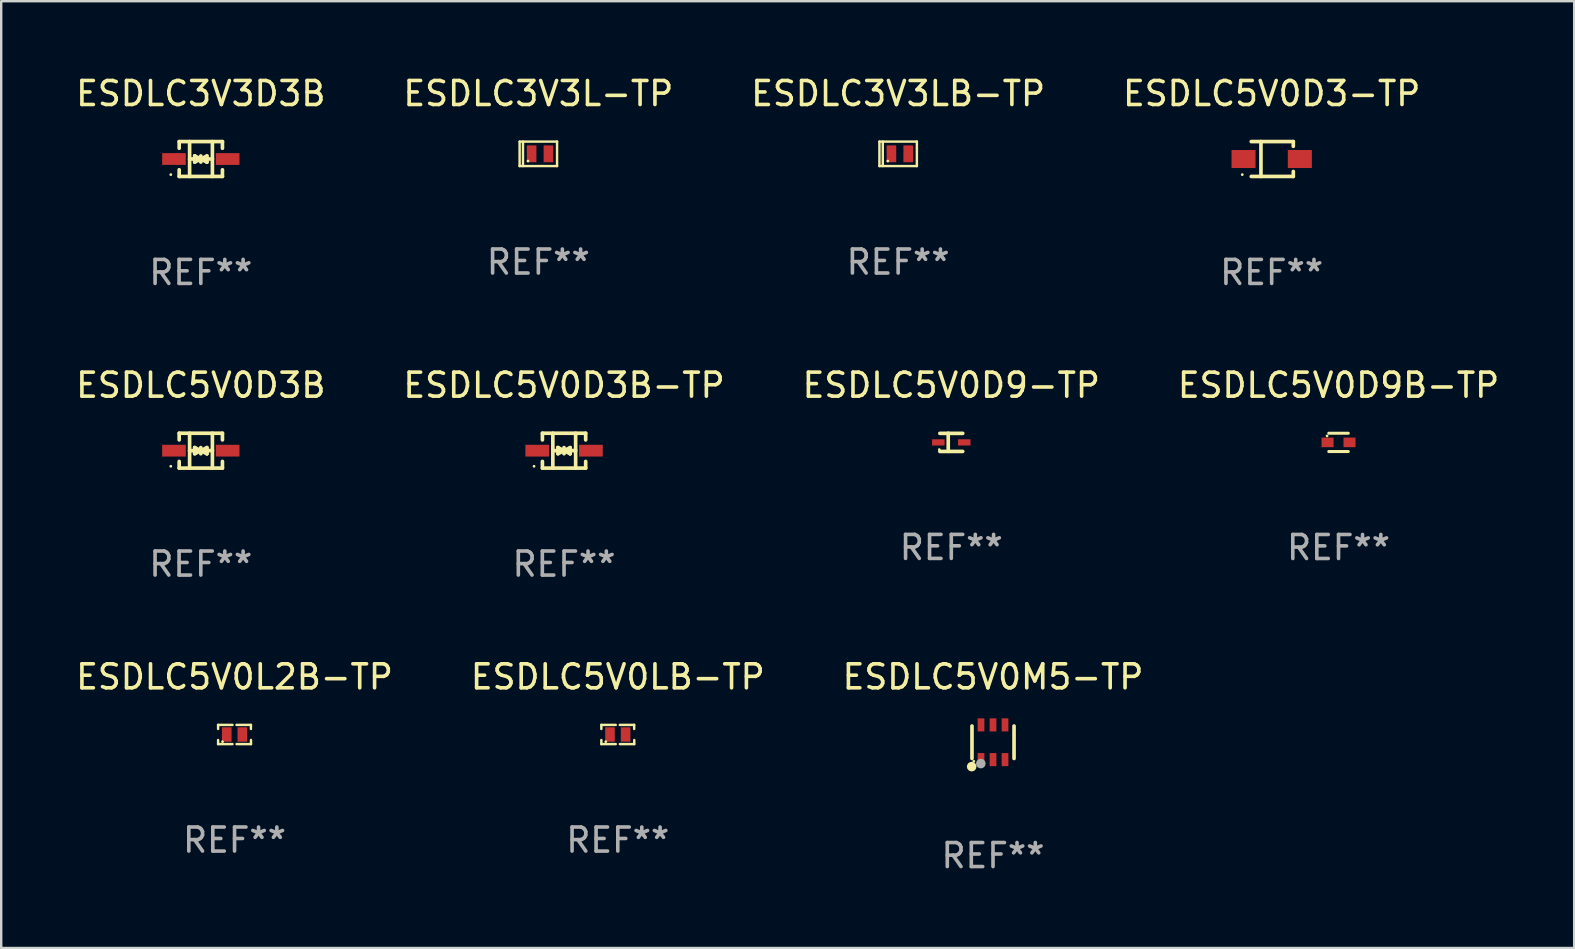
<source format=kicad_pcb>
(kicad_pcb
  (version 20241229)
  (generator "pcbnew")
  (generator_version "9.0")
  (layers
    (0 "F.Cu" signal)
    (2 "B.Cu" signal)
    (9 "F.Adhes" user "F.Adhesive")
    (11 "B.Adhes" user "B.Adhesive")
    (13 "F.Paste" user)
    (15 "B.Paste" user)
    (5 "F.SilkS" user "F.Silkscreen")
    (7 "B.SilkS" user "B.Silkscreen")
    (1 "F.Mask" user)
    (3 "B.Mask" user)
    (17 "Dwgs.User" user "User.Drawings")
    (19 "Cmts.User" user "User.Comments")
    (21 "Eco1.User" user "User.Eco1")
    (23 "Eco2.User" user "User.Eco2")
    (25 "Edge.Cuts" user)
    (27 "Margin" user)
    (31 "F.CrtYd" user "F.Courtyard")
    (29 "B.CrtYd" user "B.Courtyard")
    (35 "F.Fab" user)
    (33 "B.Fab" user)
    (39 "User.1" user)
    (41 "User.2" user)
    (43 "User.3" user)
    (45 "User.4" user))
  (footprint "ESDLC5V0D9B-TP"
    (layer "F.Cu")
    (at 52.708 15.378)
    (property "Reference" "ESDLC5V0D9B-TP" (at 0 -2.381 0) (layer "F.SilkS") (effects (font (size 1 1) (thickness 0.15))))
    (attr through_hole)
    (fp_line (start -0.406 -0.381) (end 0.406 -0.381) (stroke (width 0.127) (type solid)) (layer "F.SilkS"))
    (fp_line (start 0.406 0.381) (end -0.406 0.381) (stroke (width 0.127) (type solid)) (layer "F.SilkS"))
    (fp_circle (center -0.477 -0.27) (end -0.447 -0.27) (stroke (width 0.06) (type solid)) (fill no) (layer "F.SilkS"))
    (fp_text user "REF**" (at 0 4.381 0) (layer "F.Fab") (effects (font (size 1 1) (thickness 0.15))))
    (pad "1" smd rect (at -0.457 0 90) (size 0.4 0.5) (layers "F.Cu" "F.Mask" "F.Paste"))
    (pad "2" smd rect (at 0.457 0 90) (size 0.4 0.5) (layers "F.Cu" "F.Mask" "F.Paste")))
  (footprint "ESDLC3V3L-TP"
    (layer "F.Cu")
    (at 19.375 3.358)
    (property "Reference" "ESDLC3V3L-TP" (at 0 -2.51 0) (layer "F.SilkS") (effects (font (size 1 1) (thickness 0.15))))
    (attr through_hole)
    (fp_line (start -0.78 -0.51) (end -0.78 0.51) (stroke (width 0.102) (type solid)) (layer "F.SilkS"))
    (fp_line (start -0.78 -0.51) (end 0.78 -0.51) (stroke (width 0.102) (type solid)) (layer "F.SilkS"))
    (fp_line (start -0.78 0.51) (end 0.78 0.51) (stroke (width 0.102) (type solid)) (layer "F.SilkS"))
    (fp_line (start -0.64 -0.51) (end -0.64 0.51) (stroke (width 0.102) (type solid)) (layer "F.SilkS"))
    (fp_line (start 0.78 -0.51) (end 0.78 0.51) (stroke (width 0.102) (type solid)) (layer "F.SilkS"))
    (fp_circle (center -0.43 0.3) (end -0.4 0.3) (stroke (width 0.06) (type solid)) (fill no) (layer "F.SilkS"))
    (fp_text user "REF**" (at 0 4.51 0) (layer "F.Fab") (effects (font (size 1 1) (thickness 0.15))))
    (pad "1" smd rect (at -0.28 0) (size 0.4 0.7) (layers "F.Cu" "F.Mask" "F.Paste"))
    (pad "2" smd rect (at 0.42 0) (size 0.4 0.7) (layers "F.Cu" "F.Mask" "F.Paste")))
  (footprint "ESDLC5V0LB-TP"
    (layer "F.Cu")
    (at 22.685 27.546)
    (property "Reference" "ESDLC5V0LB-TP" (at 0 -2.4 0) (layer "F.SilkS") (effects (font (size 1 1) (thickness 0.15))))
    (attr through_hole)
    (fp_line (start -0.685 -0.4) (end -0.685 -0.23) (stroke (width 0.102) (type solid)) (layer "F.SilkS"))
    (fp_line (start -0.685 0.4) (end -0.685 0.23) (stroke (width 0.102) (type solid)) (layer "F.SilkS"))
    (fp_line (start -0.085 -0.4) (end -0.685 -0.4) (stroke (width 0.102) (type solid)) (layer "F.SilkS"))
    (fp_line (start -0.085 0.4) (end -0.685 0.4) (stroke (width 0.102) (type solid)) (layer "F.SilkS"))
    (fp_line (start 0.082 -0.4) (end 0.682 -0.4) (stroke (width 0.102) (type solid)) (layer "F.SilkS"))
    (fp_line (start 0.085 0.4) (end 0.685 0.4) (stroke (width 0.102) (type solid)) (layer "F.SilkS"))
    (fp_line (start 0.682 -0.4) (end 0.682 -0.23) (stroke (width 0.102) (type solid)) (layer "F.SilkS"))
    (fp_line (start 0.685 0.4) (end 0.685 0.23) (stroke (width 0.102) (type solid)) (layer "F.SilkS"))
    (fp_circle (center -0.5 0.3) (end -0.47 0.3) (stroke (width 0.06) (type solid)) (fill no) (layer "F.SilkS"))
    (fp_text user "REF**" (at 0 4.4 0) (layer "F.Fab") (effects (font (size 1 1) (thickness 0.15))))
    (pad "1" smd rect (at -0.325 0) (size 0.4 0.6) (layers "F.Cu" "F.Mask" "F.Paste"))
    (pad "2" smd rect (at 0.325 0) (size 0.4 0.6) (layers "F.Cu" "F.Mask" "F.Paste")))
  (footprint "ESDLC5V0L2B-TP"
    (layer "F.Cu")
    (at 6.72 27.546)
    (property "Reference" "ESDLC5V0L2B-TP" (at 0 -2.4 0) (layer "F.SilkS") (effects (font (size 1 1) (thickness 0.15))))
    (attr through_hole)
    (fp_line (start -0.685 -0.4) (end -0.685 -0.23) (stroke (width 0.102) (type solid)) (layer "F.SilkS"))
    (fp_line (start -0.685 0.4) (end -0.685 0.23) (stroke (width 0.102) (type solid)) (layer "F.SilkS"))
    (fp_line (start -0.085 -0.4) (end -0.685 -0.4) (stroke (width 0.102) (type solid)) (layer "F.SilkS"))
    (fp_line (start -0.085 0.4) (end -0.685 0.4) (stroke (width 0.102) (type solid)) (layer "F.SilkS"))
    (fp_line (start 0.082 -0.4) (end 0.682 -0.4) (stroke (width 0.102) (type solid)) (layer "F.SilkS"))
    (fp_line (start 0.085 0.4) (end 0.685 0.4) (stroke (width 0.102) (type solid)) (layer "F.SilkS"))
    (fp_line (start 0.682 -0.4) (end 0.682 -0.23) (stroke (width 0.102) (type solid)) (layer "F.SilkS"))
    (fp_line (start 0.685 0.4) (end 0.685 0.23) (stroke (width 0.102) (type solid)) (layer "F.SilkS"))
    (fp_circle (center -0.5 0.3) (end -0.47 0.3) (stroke (width 0.06) (type solid)) (fill no) (layer "F.SilkS"))
    (fp_text user "REF**" (at 0 4.4 0) (layer "F.Fab") (effects (font (size 1 1) (thickness 0.15))))
    (pad "1" smd rect (at -0.325 0) (size 0.4 0.6) (layers "F.Cu" "F.Mask" "F.Paste"))
    (pad "2" smd rect (at 0.325 0) (size 0.4 0.6) (layers "F.Cu" "F.Mask" "F.Paste")))
  (footprint "ESDLC5V0D3B-TP"
    (layer "F.Cu")
    (at 20.446 15.723)
    (property "Reference" "ESDLC5V0D3B-TP" (at 0 -2.726 0) (layer "F.SilkS") (effects (font (size 1 1) (thickness 0.15))))
    (attr through_hole)
    (fp_line (start -0.901 -0.726) (end -0.901 -0.448) (stroke (width 0.152) (type solid)) (layer "F.SilkS"))
    (fp_line (start -0.901 0.726) (end -0.901 0.448) (stroke (width 0.152) (type solid)) (layer "F.SilkS"))
    (fp_line (start -0.467 0) (end 0.483 -0.003) (stroke (width 0.154) (type solid)) (layer "F.SilkS"))
    (fp_line (start -0.467 0.726) (end -0.467 -0.726) (stroke (width 0.152) (type solid)) (layer "F.SilkS"))
    (fp_line (start -0.254 -0.127) (end -0.254 -0.127) (stroke (width 0.154) (type solid)) (layer "F.SilkS"))
    (fp_line (start -0.254 -0.127) (end -0.002 -0.003) (stroke (width 0.154) (type solid)) (layer "F.SilkS"))
    (fp_line (start -0.254 0.127) (end -0.254 -0.127) (stroke (width 0.154) (type solid)) (layer "F.SilkS"))
    (fp_line (start -0.127 0) (end 0.003 0) (stroke (width 0.154) (type solid)) (layer "F.SilkS"))
    (fp_line (start -0.003 0) (end -0.254 0.127) (stroke (width 0.154) (type solid)) (layer "F.SilkS"))
    (fp_line (start 0 -0.127) (end 0 0.127) (stroke (width 0.154) (type solid)) (layer "F.SilkS"))
    (fp_line (start 0.003 0) (end 0.254 -0.127) (stroke (width 0.154) (type solid)) (layer "F.SilkS"))
    (fp_line (start 0.127 0) (end -0.003 0) (stroke (width 0.154) (type solid)) (layer "F.SilkS"))
    (fp_line (start 0.254 -0.127) (end 0.254 0.127) (stroke (width 0.154) (type solid)) (layer "F.SilkS"))
    (fp_line (start 0.254 0.127) (end 0.002 0.003) (stroke (width 0.154) (type solid)) (layer "F.SilkS"))
    (fp_line (start 0.254 0.127) (end 0.254 0.127) (stroke (width 0.154) (type solid)) (layer "F.SilkS"))
    (fp_line (start 0.483 0.726) (end 0.483 -0.726) (stroke (width 0.152) (type solid)) (layer "F.SilkS"))
    (fp_line (start 0.901 -0.726) (end -0.901 -0.726) (stroke (width 0.152) (type solid)) (layer "F.SilkS"))
    (fp_line (start 0.901 -0.726) (end 0.901 -0.448) (stroke (width 0.152) (type solid)) (layer "F.SilkS"))
    (fp_line (start 0.901 0.726) (end -0.901 0.726) (stroke (width 0.152) (type solid)) (layer "F.SilkS"))
    (fp_line (start 0.901 0.726) (end 0.901 0.448) (stroke (width 0.152) (type solid)) (layer "F.SilkS"))
    (fp_circle (center -1.25 0.65) (end -1.22 0.65) (stroke (width 0.06) (type solid)) (fill no) (layer "F.SilkS"))
    (fp_text user "REF**" (at 0 4.726 0) (layer "F.Fab") (effects (font (size 1 1) (thickness 0.15))))
    (pad "1" smd rect (at -1.118 0) (size 0.985 0.49) (layers "F.Cu" "F.Mask" "F.Paste"))
    (pad "2" smd rect (at 1.118 0) (size 0.985 0.49) (layers "F.Cu" "F.Mask" "F.Paste")))
  (footprint "ESDLC5V0D3-TP"
    (layer "F.Cu")
    (at 49.923 3.574)
    (property "Reference" "ESDLC5V0D3-TP" (at 0 -2.726 0) (layer "F.SilkS") (effects (font (size 1 1) (thickness 0.15))))
    (attr through_hole)
    (fp_line (start -0.851 -0.726) (end 0.901 -0.726) (stroke (width 0.152) (type solid)) (layer "F.SilkS"))
    (fp_line (start -0.851 0.726) (end 0.901 0.726) (stroke (width 0.152) (type solid)) (layer "F.SilkS"))
    (fp_line (start -0.447 -0.726) (end -0.447 0.726) (stroke (width 0.152) (type solid)) (layer "F.SilkS"))
    (fp_line (start 0.901 -0.726) (end 0.901 -0.53) (stroke (width 0.152) (type solid)) (layer "F.SilkS"))
    (fp_line (start 0.901 0.726) (end 0.901 0.52) (stroke (width 0.152) (type solid)) (layer "F.SilkS"))
    (fp_circle (center -1.225 0.65) (end -1.195 0.65) (stroke (width 0.06) (type solid)) (fill no) (layer "F.SilkS"))
    (fp_text user "REF**" (at 0 4.726 0) (layer "F.Fab") (effects (font (size 1 1) (thickness 0.15))))
    (pad "1" smd rect (at -1.173 0) (size 1 0.75) (layers "F.Cu" "F.Mask" "F.Paste"))
    (pad "2" smd rect (at 1.173 0) (size 1 0.75) (layers "F.Cu" "F.Mask" "F.Paste")))
  (footprint "ESDLC5V0D3B"
    (layer "F.Cu")
    (at 5.315 15.723)
    (property "Reference" "ESDLC5V0D3B" (at 0 -2.726 0) (layer "F.SilkS") (effects (font (size 1 1) (thickness 0.15))))
    (attr through_hole)
    (fp_line (start -0.901 -0.726) (end -0.901 -0.448) (stroke (width 0.152) (type solid)) (layer "F.SilkS"))
    (fp_line (start -0.901 0.726) (end -0.901 0.448) (stroke (width 0.152) (type solid)) (layer "F.SilkS"))
    (fp_line (start -0.467 0) (end 0.483 -0.003) (stroke (width 0.154) (type solid)) (layer "F.SilkS"))
    (fp_line (start -0.467 0.726) (end -0.467 -0.726) (stroke (width 0.152) (type solid)) (layer "F.SilkS"))
    (fp_line (start -0.254 -0.127) (end -0.254 -0.127) (stroke (width 0.154) (type solid)) (layer "F.SilkS"))
    (fp_line (start -0.254 -0.127) (end -0.002 -0.003) (stroke (width 0.154) (type solid)) (layer "F.SilkS"))
    (fp_line (start -0.254 0.127) (end -0.254 -0.127) (stroke (width 0.154) (type solid)) (layer "F.SilkS"))
    (fp_line (start -0.127 0) (end 0.003 0) (stroke (width 0.154) (type solid)) (layer "F.SilkS"))
    (fp_line (start -0.003 0) (end -0.254 0.127) (stroke (width 0.154) (type solid)) (layer "F.SilkS"))
    (fp_line (start 0 -0.127) (end 0 0.127) (stroke (width 0.154) (type solid)) (layer "F.SilkS"))
    (fp_line (start 0.003 0) (end 0.254 -0.127) (stroke (width 0.154) (type solid)) (layer "F.SilkS"))
    (fp_line (start 0.127 0) (end -0.003 0) (stroke (width 0.154) (type solid)) (layer "F.SilkS"))
    (fp_line (start 0.254 -0.127) (end 0.254 0.127) (stroke (width 0.154) (type solid)) (layer "F.SilkS"))
    (fp_line (start 0.254 0.127) (end 0.002 0.003) (stroke (width 0.154) (type solid)) (layer "F.SilkS"))
    (fp_line (start 0.254 0.127) (end 0.254 0.127) (stroke (width 0.154) (type solid)) (layer "F.SilkS"))
    (fp_line (start 0.483 0.726) (end 0.483 -0.726) (stroke (width 0.152) (type solid)) (layer "F.SilkS"))
    (fp_line (start 0.901 -0.726) (end -0.901 -0.726) (stroke (width 0.152) (type solid)) (layer "F.SilkS"))
    (fp_line (start 0.901 -0.726) (end 0.901 -0.448) (stroke (width 0.152) (type solid)) (layer "F.SilkS"))
    (fp_line (start 0.901 0.726) (end -0.901 0.726) (stroke (width 0.152) (type solid)) (layer "F.SilkS"))
    (fp_line (start 0.901 0.726) (end 0.901 0.448) (stroke (width 0.152) (type solid)) (layer "F.SilkS"))
    (fp_circle (center -1.25 0.65) (end -1.22 0.65) (stroke (width 0.06) (type solid)) (fill no) (layer "F.SilkS"))
    (fp_text user "REF**" (at 0 4.726 0) (layer "F.Fab") (effects (font (size 1 1) (thickness 0.15))))
    (pad "1" smd rect (at -1.118 0) (size 0.985 0.49) (layers "F.Cu" "F.Mask" "F.Paste"))
    (pad "2" smd rect (at 1.118 0) (size 0.985 0.49) (layers "F.Cu" "F.Mask" "F.Paste")))
  (footprint "ESDLC3V3D3B"
    (layer "F.Cu")
    (at 5.315 3.574)
    (property "Reference" "ESDLC3V3D3B" (at 0 -2.726 0) (layer "F.SilkS") (effects (font (size 1 1) (thickness 0.15))))
    (attr through_hole)
    (fp_line (start -0.901 -0.726) (end -0.901 -0.448) (stroke (width 0.152) (type solid)) (layer "F.SilkS"))
    (fp_line (start -0.901 0.726) (end -0.901 0.448) (stroke (width 0.152) (type solid)) (layer "F.SilkS"))
    (fp_line (start -0.467 0) (end 0.483 -0.003) (stroke (width 0.154) (type solid)) (layer "F.SilkS"))
    (fp_line (start -0.467 0.726) (end -0.467 -0.726) (stroke (width 0.152) (type solid)) (layer "F.SilkS"))
    (fp_line (start -0.254 -0.127) (end -0.254 -0.127) (stroke (width 0.154) (type solid)) (layer "F.SilkS"))
    (fp_line (start -0.254 -0.127) (end -0.002 -0.003) (stroke (width 0.154) (type solid)) (layer "F.SilkS"))
    (fp_line (start -0.254 0.127) (end -0.254 -0.127) (stroke (width 0.154) (type solid)) (layer "F.SilkS"))
    (fp_line (start -0.127 0) (end 0.003 0) (stroke (width 0.154) (type solid)) (layer "F.SilkS"))
    (fp_line (start -0.003 0) (end -0.254 0.127) (stroke (width 0.154) (type solid)) (layer "F.SilkS"))
    (fp_line (start 0 -0.127) (end 0 0.127) (stroke (width 0.154) (type solid)) (layer "F.SilkS"))
    (fp_line (start 0.003 0) (end 0.254 -0.127) (stroke (width 0.154) (type solid)) (layer "F.SilkS"))
    (fp_line (start 0.127 0) (end -0.003 0) (stroke (width 0.154) (type solid)) (layer "F.SilkS"))
    (fp_line (start 0.254 -0.127) (end 0.254 0.127) (stroke (width 0.154) (type solid)) (layer "F.SilkS"))
    (fp_line (start 0.254 0.127) (end 0.002 0.003) (stroke (width 0.154) (type solid)) (layer "F.SilkS"))
    (fp_line (start 0.254 0.127) (end 0.254 0.127) (stroke (width 0.154) (type solid)) (layer "F.SilkS"))
    (fp_line (start 0.483 0.726) (end 0.483 -0.726) (stroke (width 0.152) (type solid)) (layer "F.SilkS"))
    (fp_line (start 0.901 -0.726) (end -0.901 -0.726) (stroke (width 0.152) (type solid)) (layer "F.SilkS"))
    (fp_line (start 0.901 -0.726) (end 0.901 -0.448) (stroke (width 0.152) (type solid)) (layer "F.SilkS"))
    (fp_line (start 0.901 0.726) (end -0.901 0.726) (stroke (width 0.152) (type solid)) (layer "F.SilkS"))
    (fp_line (start 0.901 0.726) (end 0.901 0.448) (stroke (width 0.152) (type solid)) (layer "F.SilkS"))
    (fp_circle (center -1.25 0.65) (end -1.22 0.65) (stroke (width 0.06) (type solid)) (fill no) (layer "F.SilkS"))
    (fp_text user "REF**" (at 0 4.726 0) (layer "F.Fab") (effects (font (size 1 1) (thickness 0.15))))
    (pad "1" smd rect (at -1.118 0) (size 0.985 0.49) (layers "F.Cu" "F.Mask" "F.Paste"))
    (pad "2" smd rect (at 1.118 0) (size 0.985 0.49) (layers "F.Cu" "F.Mask" "F.Paste")))
  (footprint "ESDLC5V0D9-TP"
    (layer "F.Cu")
    (at 36.577 15.376)
    (property "Reference" "ESDLC5V0D9-TP" (at 0 -2.379 0) (layer "F.SilkS") (effects (font (size 1 1) (thickness 0.15))))
    (attr through_hole)
    (fp_line (start -0.476 -0.374) (end 0.476 -0.374) (stroke (width 0.152) (type solid)) (layer "F.SilkS"))
    (fp_line (start -0.476 0.379) (end 0.476 0.379) (stroke (width 0.152) (type solid)) (layer "F.SilkS"))
    (fp_line (start -0.127 -0.379) (end -0.127 0.374) (stroke (width 0.152) (type solid)) (layer "F.SilkS"))
    (fp_circle (center -0.5 0.302) (end -0.47 0.302) (stroke (width 0.06) (type solid)) (fill no) (layer "F.SilkS"))
    (fp_text user "REF**" (at 0 4.379 0) (layer "F.Fab") (effects (font (size 1 1) (thickness 0.15))))
    (pad "1" smd rect (at -0.54 0.002 180) (size 0.52 0.26) (layers "F.Cu" "F.Mask" "F.Paste"))
    (pad "2" smd rect (at 0.54 0.002 180) (size 0.52 0.26) (layers "F.Cu" "F.Mask" "F.Paste")))
  (footprint "ESDLC5V0M5-TP"
    (layer "F.Cu")
    (at 38.315 27.869)
    (property "Reference" "ESDLC5V0M5-TP" (at 0 -2.723 0) (layer "F.SilkS") (effects (font (size 1 1) (thickness 0.15))))
    (attr through_hole)
    (fp_line (start -0.876 0.676) (end -0.876 -0.676) (stroke (width 0.152) (type solid)) (layer "F.SilkS"))
    (fp_line (start 0.876 0.676) (end 0.876 -0.676) (stroke (width 0.152) (type solid)) (layer "F.SilkS"))
    (fp_circle (center -0.889 1.016) (end -0.789 1.016) (stroke (width 0.2) (type solid)) (fill no) (layer "F.SilkS"))
    (fp_circle (center -0.8 0.795) (end -0.77 0.795) (stroke (width 0.06) (type solid)) (fill no) (layer "F.SilkS"))
    (fp_circle (center -0.508 0.889) (end -0.408 0.889) (stroke (width 0.2) (type solid)) (fill no) (layer "F.Fab"))
    (fp_text user "REF**" (at 0 4.723 0) (layer "F.Fab") (effects (font (size 1 1) (thickness 0.15))))
    (pad "1" smd rect (at -0.5 0.723) (size 0.28 0.545) (layers "F.Cu" "F.Mask" "F.Paste"))
    (pad "2" smd rect (at 0 0.723) (size 0.28 0.545) (layers "F.Cu" "F.Mask" "F.Paste"))
    (pad "3" smd rect (at 0.5 0.723) (size 0.28 0.545) (layers "F.Cu" "F.Mask" "F.Paste"))
    (pad "4" smd rect (at 0.5 -0.723) (size 0.28 0.545) (layers "F.Cu" "F.Mask" "F.Paste"))
    (pad "5" smd rect (at 0 -0.723) (size 0.28 0.545) (layers "F.Cu" "F.Mask" "F.Paste"))
    (pad "6" smd rect (at -0.5 -0.723) (size 0.28 0.545) (layers "F.Cu" "F.Mask" "F.Paste")))
  (footprint "ESDLC3V3LB-TP"
    (layer "F.Cu")
    (at 34.363 3.358)
    (property "Reference" "ESDLC3V3LB-TP" (at 0 -2.51 0) (layer "F.SilkS") (effects (font (size 1 1) (thickness 0.15))))
    (attr through_hole)
    (fp_line (start -0.78 -0.51) (end -0.78 0.51) (stroke (width 0.102) (type solid)) (layer "F.SilkS"))
    (fp_line (start -0.78 -0.51) (end 0.78 -0.51) (stroke (width 0.102) (type solid)) (layer "F.SilkS"))
    (fp_line (start -0.78 0.51) (end 0.78 0.51) (stroke (width 0.102) (type solid)) (layer "F.SilkS"))
    (fp_line (start -0.64 -0.51) (end -0.64 0.51) (stroke (width 0.102) (type solid)) (layer "F.SilkS"))
    (fp_line (start 0.78 -0.51) (end 0.78 0.51) (stroke (width 0.102) (type solid)) (layer "F.SilkS"))
    (fp_circle (center -0.43 0.3) (end -0.4 0.3) (stroke (width 0.06) (type solid)) (fill no) (layer "F.SilkS"))
    (fp_text user "REF**" (at 0 4.51 0) (layer "F.Fab") (effects (font (size 1 1) (thickness 0.15))))
    (pad "1" smd rect (at -0.28 0) (size 0.4 0.7) (layers "F.Cu" "F.Mask" "F.Paste"))
    (pad "2" smd rect (at 0.42 0) (size 0.4 0.7) (layers "F.Cu" "F.Mask" "F.Paste")))
  (gr_rect
    (start -3 -3)
    (end 62.524 36.439)
    (stroke (width 0.1) (type default))
    (fill no)
    (layer "Edge.Cuts")))
</source>
